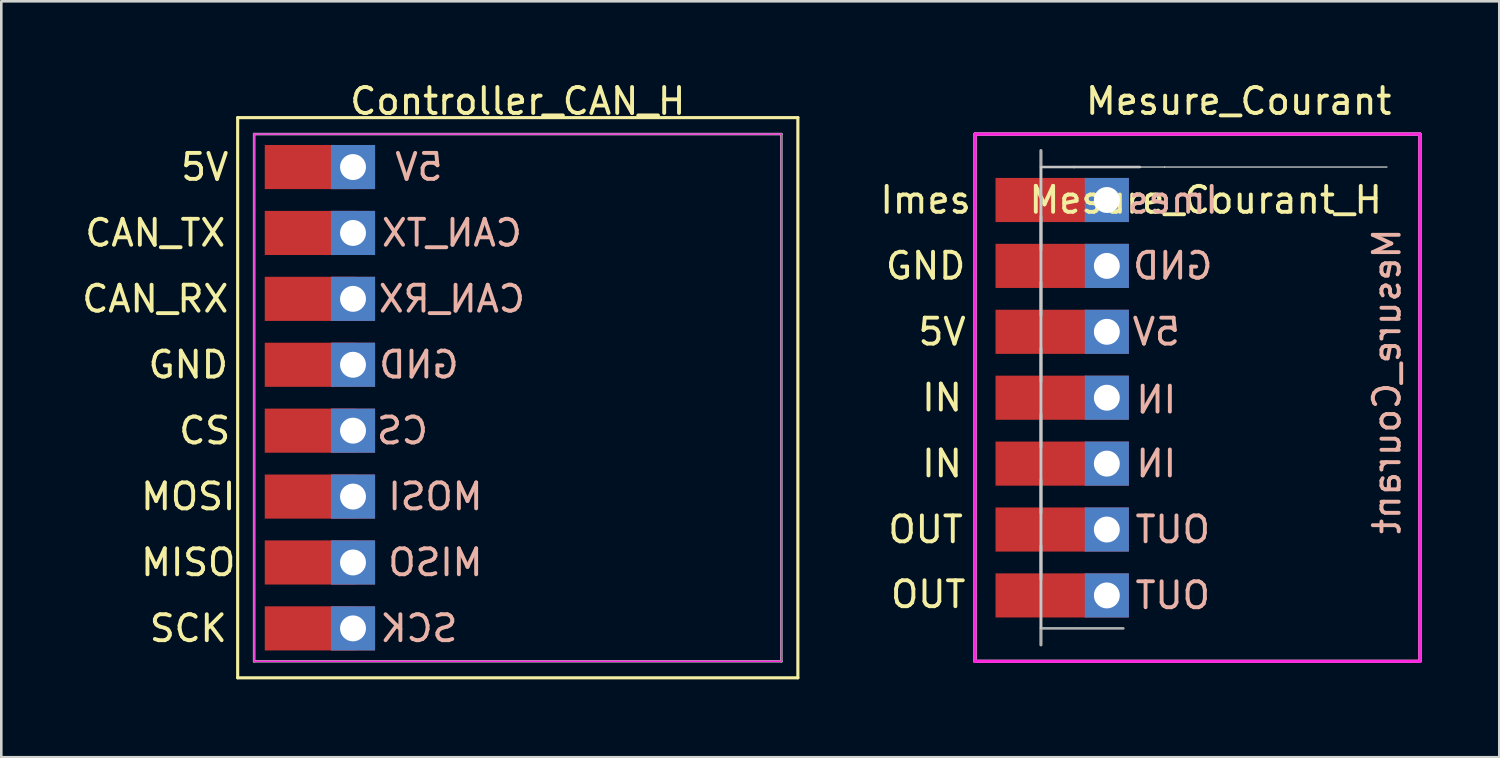
<source format=kicad_pcb>
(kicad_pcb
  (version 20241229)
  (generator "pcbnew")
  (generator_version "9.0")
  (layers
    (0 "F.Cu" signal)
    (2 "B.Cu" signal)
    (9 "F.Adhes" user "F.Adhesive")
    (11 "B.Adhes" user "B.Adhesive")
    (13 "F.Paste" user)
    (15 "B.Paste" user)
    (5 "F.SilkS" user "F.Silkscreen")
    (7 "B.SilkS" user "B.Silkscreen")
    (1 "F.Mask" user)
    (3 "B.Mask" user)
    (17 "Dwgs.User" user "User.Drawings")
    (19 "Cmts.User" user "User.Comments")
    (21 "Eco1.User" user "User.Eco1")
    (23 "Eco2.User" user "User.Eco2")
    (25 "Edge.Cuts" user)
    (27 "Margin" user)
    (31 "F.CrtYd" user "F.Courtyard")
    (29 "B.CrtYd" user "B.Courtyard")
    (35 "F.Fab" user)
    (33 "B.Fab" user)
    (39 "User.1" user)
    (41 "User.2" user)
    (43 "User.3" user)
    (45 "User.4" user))
  (footprint "Controller_CAN_H"
    (layer "F.Cu")
    (at 16.905 12.278)
    (property "Reference" "Controller_CAN_H" (at 0 -11.43 0) (unlocked yes) (layer "F.SilkS") (effects (font (size 1 1) (thickness 0.15))))
    (attr smd)
    (fp_line (start -10.795 -10.795) (end -10.795 10.795) (stroke (width 0.12) (type solid)) (layer "F.SilkS"))
    (fp_line (start -10.795 10.795) (end 10.795 10.795) (stroke (width 0.12) (type solid)) (layer "F.SilkS"))
    (fp_line (start 10.795 -10.795) (end -10.795 -10.795) (stroke (width 0.12) (type solid)) (layer "F.SilkS"))
    (fp_line (start 10.795 10.795) (end 10.795 -10.795) (stroke (width 0.12) (type solid)) (layer "F.SilkS"))
    (fp_line (start -10.16 -10.16) (end -10.16 10.16) (stroke (width 0.05) (type solid)) (layer "F.CrtYd"))
    (fp_line (start -10.16 -10.16) (end 10.16 -10.16) (stroke (width 0.05) (type solid)) (layer "F.CrtYd"))
    (fp_line (start -10.16 10.16) (end 10.16 10.16) (stroke (width 0.05) (type solid)) (layer "F.CrtYd"))
    (fp_line (start 10.16 -10.16) (end 10.16 10.16) (stroke (width 0.05) (type solid)) (layer "F.CrtYd"))
    (fp_line (start -10.16 -10.16) (end 10.16 -10.16) (stroke (width 0.1) (type solid)) (layer "F.Fab"))
    (fp_line (start -10.16 10.16) (end -10.16 -10.16) (stroke (width 0.1) (type solid)) (layer "F.Fab"))
    (fp_line (start 10.16 -10.16) (end 10.16 10.16) (stroke (width 0.1) (type solid)) (layer "F.Fab"))
    (fp_line (start 10.16 10.16) (end -10.16 10.16) (stroke (width 0.1) (type solid)) (layer "F.Fab"))
    (fp_text user "SCK" (at -12.7 8.89 0) (unlocked yes) (layer "F.SilkS") (effects (font (size 1 1) (thickness 0.15))))
    (fp_text user "GND" (at -12.7 -1.27 0) (unlocked yes) (layer "F.SilkS") (effects (font (size 1 1) (thickness 0.15))))
    (fp_text user "MOSI" (at -12.7 3.81 0) (unlocked yes) (layer "F.SilkS") (effects (font (size 1 1) (thickness 0.15))))
    (fp_text user "CS" (at -12.065 1.27 0) (unlocked yes) (layer "F.SilkS") (effects (font (size 1 1) (thickness 0.15))))
    (fp_text user "CAN_TX" (at -13.97 -6.35 0) (unlocked yes) (layer "F.SilkS") (effects (font (size 1 1) (thickness 0.15))))
    (fp_text user "CAN_RX" (at -13.97 -3.81 0) (unlocked yes) (layer "F.SilkS") (effects (font (size 1 1) (thickness 0.15))))
    (fp_text user "5V" (at -12.065 -8.89 0) (unlocked yes) (layer "F.SilkS") (effects (font (size 1 1) (thickness 0.15))))
    (fp_text user "MISO" (at -12.7 6.35 0) (unlocked yes) (layer "F.SilkS") (effects (font (size 1 1) (thickness 0.15))))
    (fp_text user "CAN_RX" (at -2.54 -3.81 0) (unlocked yes) (layer "B.SilkS") (effects (font (size 1 1) (thickness 0.15)) (justify mirror)))
    (fp_text user "MOSI" (at -3.175 3.81 0) (unlocked yes) (layer "B.SilkS") (effects (font (size 1 1) (thickness 0.15)) (justify mirror)))
    (fp_text user "GND" (at -3.81 -1.27 0) (unlocked yes) (layer "B.SilkS") (effects (font (size 1 1) (thickness 0.15)) (justify mirror)))
    (fp_text user "SCK" (at -3.81 8.89 0) (unlocked yes) (layer "B.SilkS") (effects (font (size 1 1) (thickness 0.15)) (justify mirror)))
    (fp_text user "MISO" (at -3.175 6.35 0) (unlocked yes) (layer "B.SilkS") (effects (font (size 1 1) (thickness 0.15)) (justify mirror)))
    (fp_text user "CAN_TX" (at -2.54 -6.35 0) (unlocked yes) (layer "B.SilkS") (effects (font (size 1 1) (thickness 0.15)) (justify mirror)))
    (fp_text user "CS" (at -4.445 1.27 0) (unlocked yes) (layer "B.SilkS") (effects (font (size 1 1) (thickness 0.15)) (justify mirror)))
    (fp_text user "5V" (at -3.81 -8.89 0) (unlocked yes) (layer "B.SilkS") (effects (font (size 1 1) (thickness 0.15)) (justify mirror)))
    (pad "1" smd rect (at -8.001 -8.89 180) (size 3.5 1.7) (layers "F.Cu" "F.Mask" "F.Paste"))
    (pad "1" thru_hole rect (at -6.35 -8.89 180) (size 1.7 1.7) (drill 1) (layers "*.Cu" "*.Mask"))
    (pad "2" smd rect (at -8.001 -6.35 180) (size 3.5 1.7) (layers "F.Cu" "F.Mask" "F.Paste"))
    (pad "2" thru_hole rect (at -6.35 -6.35 180) (size 1.7 1.7) (drill 1) (layers "*.Cu" "*.Mask"))
    (pad "3" smd rect (at -8.001 -3.81 180) (size 3.5 1.7) (layers "F.Cu" "F.Mask" "F.Paste"))
    (pad "3" thru_hole rect (at -6.35 -3.81 180) (size 1.7 1.7) (drill 1) (layers "*.Cu" "*.Mask"))
    (pad "4" smd rect (at -8.001 -1.27 180) (size 3.5 1.7) (layers "F.Cu" "F.Mask" "F.Paste"))
    (pad "4" thru_hole rect (at -6.35 -1.27 180) (size 1.7 1.7) (drill 1) (layers "*.Cu" "*.Mask"))
    (pad "5" smd rect (at -8.001 1.27 180) (size 3.5 1.7) (layers "F.Cu" "F.Mask" "F.Paste"))
    (pad "5" thru_hole rect (at -6.35 1.27 180) (size 1.7 1.7) (drill 1) (layers "*.Cu" "*.Mask"))
    (pad "6" smd rect (at -8.001 3.81 180) (size 3.5 1.7) (layers "F.Cu" "F.Mask" "F.Paste"))
    (pad "6" thru_hole rect (at -6.35 3.81 180) (size 1.7 1.7) (drill 1) (layers "*.Cu" "*.Mask"))
    (pad "7" smd rect (at -8.001 6.35 180) (size 3.5 1.7) (layers "F.Cu" "F.Mask" "F.Paste"))
    (pad "7" thru_hole rect (at -6.35 6.35 180) (size 1.7 1.7) (drill 1) (layers "*.Cu" "*.Mask"))
    (pad "8" smd rect (at -8.001 8.89 180) (size 3.5 1.7) (layers "F.Cu" "F.Mask" "F.Paste"))
    (pad "8" thru_hole rect (at -6.35 8.89 180) (size 1.7 1.7) (drill 1) (layers "*.Cu" "*.Mask")))
  (footprint "Mesure_Courant_H"
    (layer "F.Cu")
    (at 39.608 4.658)
    (property "Reference" "Mesure_Courant_H" (at 3.81 0 0) (layer "F.SilkS") (effects (font (size 1 1) (thickness 0.15))))
    (attr through_hole)
    (fp_line (start -5.08 -2.54) (end 12.065 -2.54) (stroke (width 0.12) (type solid)) (layer "F.SilkS"))
    (fp_line (start -5.08 15.24) (end -5.08 -2.54) (stroke (width 0.12) (type solid)) (layer "F.SilkS"))
    (fp_line (start -5.08 17.78) (end -5.08 15.24) (stroke (width 0.12) (type solid)) (layer "F.SilkS"))
    (fp_line (start 12.065 -2.54) (end 12.065 17.78) (stroke (width 0.12) (type solid)) (layer "F.SilkS"))
    (fp_line (start 12.065 17.78) (end -5.08 17.78) (stroke (width 0.12) (type solid)) (layer "F.SilkS"))
    (fp_line (start -2.54 16.51) (end 10.795 16.51) (stroke (width 0.05) (type solid)) (layer "Eco1.User"))
    (fp_line (start 10.795 -1.27) (end 10.795 16.51) (stroke (width 0.05) (type solid)) (layer "Eco1.User"))
    (fp_line (start -2.54 -1.27) (end 10.795 -1.27) (stroke (width 0.05) (type solid)) (layer "Edge.Cuts"))
    (fp_line (start -2.54 6.35) (end -2.54 -1.27) (stroke (width 0.05) (type solid)) (layer "Edge.Cuts"))
    (fp_line (start -2.54 16.51) (end -2.54 6.35) (stroke (width 0.05) (type solid)) (layer "Edge.Cuts"))
    (fp_line (start 2.223 -1.27) (end 2.223 -1.27) (stroke (width 0.05) (type solid)) (layer "Edge.Cuts"))
    (fp_line (start -5.08 -2.54) (end -5.08 15.24) (stroke (width 0.12) (type solid)) (layer "F.CrtYd"))
    (fp_line (start -5.08 17.78) (end -5.08 15.24) (stroke (width 0.12) (type solid)) (layer "F.CrtYd"))
    (fp_line (start 12.065 -2.54) (end -5.08 -2.54) (stroke (width 0.12) (type solid)) (layer "F.CrtYd"))
    (fp_line (start 12.065 -2.54) (end 12.065 17.78) (stroke (width 0.12) (type solid)) (layer "F.CrtYd"))
    (fp_line (start 12.065 17.78) (end -5.08 17.78) (stroke (width 0.12) (type solid)) (layer "F.CrtYd"))
    (fp_line (start -5.08 -2.54) (end 12.065 -2.54) (stroke (width 0.12) (type solid)) (layer "F.Fab"))
    (fp_line (start -5.08 15.24) (end -5.08 -2.54) (stroke (width 0.12) (type solid)) (layer "F.Fab"))
    (fp_line (start -5.08 15.24) (end -5.08 17.78) (stroke (width 0.12) (type solid)) (layer "F.Fab"))
    (fp_line (start -5.08 17.78) (end 12.065 17.78) (stroke (width 0.12) (type solid)) (layer "F.Fab"))
    (fp_line (start -2.54 -1.27) (end -1.27 -1.27) (stroke (width 0.1) (type solid)) (layer "F.Fab"))
    (fp_line (start -2.54 1.905) (end -2.54 -1.905) (stroke (width 0.12) (type solid)) (layer "F.Fab"))
    (fp_line (start -2.54 4.445) (end -2.54 0.635) (stroke (width 0.12) (type solid)) (layer "F.Fab"))
    (fp_line (start -2.54 6.985) (end -2.54 3.175) (stroke (width 0.12) (type solid)) (layer "F.Fab"))
    (fp_line (start -2.54 9.525) (end -2.54 5.715) (stroke (width 0.12) (type solid)) (layer "F.Fab"))
    (fp_line (start -2.54 12.065) (end -2.54 8.255) (stroke (width 0.12) (type solid)) (layer "F.Fab"))
    (fp_line (start -2.54 14.605) (end -2.54 10.795) (stroke (width 0.12) (type solid)) (layer "F.Fab"))
    (fp_line (start -2.54 17.145) (end -2.54 13.335) (stroke (width 0.12) (type solid)) (layer "F.Fab"))
    (fp_line (start -1.27 -1.27) (end 1.27 -1.27) (stroke (width 0.1) (type solid)) (layer "F.Fab"))
    (fp_line (start 0.635 16.51) (end -2.54 16.51) (stroke (width 0.1) (type solid)) (layer "F.Fab"))
    (fp_line (start 12.065 17.78) (end 12.065 -2.54) (stroke (width 0.12) (type solid)) (layer "F.Fab"))
    (fp_text user "OUT" (at -6.985 12.7 180) (layer "F.SilkS") (effects (font (size 1 1) (thickness 0.15))))
    (fp_text user "IN" (at -6.35 7.62 0) (layer "F.SilkS") (effects (font (size 1 1) (thickness 0.15))))
    (fp_text user "GND" (at -6.985 2.54 0) (layer "F.SilkS") (effects (font (size 1 1) (thickness 0.15))))
    (fp_text user "5V" (at -6.35 5.08 0) (layer "F.SilkS") (effects (font (size 1 1) (thickness 0.15))))
    (fp_text user "Imes" (at -6.985 0 0) (layer "F.SilkS") (effects (font (size 1 1) (thickness 0.15))))
    (fp_text user "IN" (at -6.35 10.16 180) (layer "F.SilkS") (effects (font (size 1 1) (thickness 0.15))))
    (fp_text user "Mesure_Courant" (at 5.08 -3.81 0) (layer "F.SilkS") (effects (font (size 1 1) (thickness 0.15))))
    (fp_text user "OUT" (at -6.885 15.2 0) (layer "F.SilkS") (effects (font (size 1 1) (thickness 0.15))))
    (fp_text user "IN" (at 1.905 7.7 180) (layer "B.SilkS") (effects (font (size 1 1) (thickness 0.15)) (justify mirror)))
    (fp_text user "IN" (at 1.905 10.16 180) (layer "B.SilkS") (effects (font (size 1 1) (thickness 0.15)) (justify mirror)))
    (fp_text user "Mesure_Courant" (at 10.795 6.985 90) (layer "B.SilkS") (effects (font (size 1 1) (thickness 0.15)) (justify mirror)))
    (fp_text user "OUT" (at 2.54 15.24 180) (layer "B.SilkS") (effects (font (size 1 1) (thickness 0.15)) (justify mirror)))
    (fp_text user "OUT" (at 2.54 12.7 180) (layer "B.SilkS") (effects (font (size 1 1) (thickness 0.15)) (justify mirror)))
    (fp_text user "Imes" (at 2.54 0 180) (layer "B.SilkS") (effects (font (size 1 1) (thickness 0.15)) (justify mirror)))
    (fp_text user "GND" (at 2.54 2.54 180) (layer "B.SilkS") (effects (font (size 1 1) (thickness 0.15)) (justify mirror)))
    (fp_text user "5V" (at 1.905 5.08 180) (layer "B.SilkS") (effects (font (size 1 1) (thickness 0.15)) (justify mirror)))
    (pad "1" smd rect (at -2.54 0 180) (size 3.5 1.7) (layers "F.Cu" "F.Mask" "F.Paste"))
    (pad "1" thru_hole rect (at 0 0) (size 1.7 1.7) (drill 1) (layers "*.Cu" "*.Mask"))
    (pad "2" smd rect (at -2.54 2.54 180) (size 3.5 1.7) (layers "F.Cu" "F.Mask" "F.Paste"))
    (pad "2" thru_hole rect (at 0 2.54) (size 1.7 1.7) (drill 1) (layers "*.Cu" "*.Mask"))
    (pad "3" smd rect (at -2.54 5.08 180) (size 3.5 1.7) (layers "F.Cu" "F.Mask" "F.Paste"))
    (pad "3" thru_hole rect (at 0 5.08) (size 1.7 1.7) (drill 1) (layers "*.Cu" "*.Mask"))
    (pad "4" smd rect (at -2.54 7.62 180) (size 3.5 1.7) (layers "F.Cu" "F.Mask" "F.Paste"))
    (pad "4" thru_hole rect (at 0 7.62) (size 1.7 1.7) (drill 1) (layers "*.Cu" "*.Mask"))
    (pad "5" smd rect (at -2.54 10.16 180) (size 3.5 1.7) (layers "F.Cu" "F.Mask" "F.Paste"))
    (pad "5" thru_hole rect (at 0 10.16) (size 1.7 1.7) (drill 1) (layers "*.Cu" "*.Mask"))
    (pad "6" smd rect (at -2.54 12.7) (size 3.5 1.7) (layers "F.Cu" "F.Mask" "F.Paste"))
    (pad "6" thru_hole rect (at 0 12.7 180) (size 1.7 1.7) (drill 1) (layers "*.Cu" "*.Mask"))
    (pad "7" smd rect (at -2.54 15.24) (size 3.5 1.7) (layers "F.Cu" "F.Mask" "F.Paste"))
    (pad "7" thru_hole rect (at 0 15.24 180) (size 1.7 1.7) (drill 1) (layers "*.Cu" "*.Mask")))
  (gr_rect
    (start -3 -3)
    (end 54.733 26.133)
    (stroke (width 0.1) (type default))
    (fill no)
    (layer "Edge.Cuts")))
</source>
